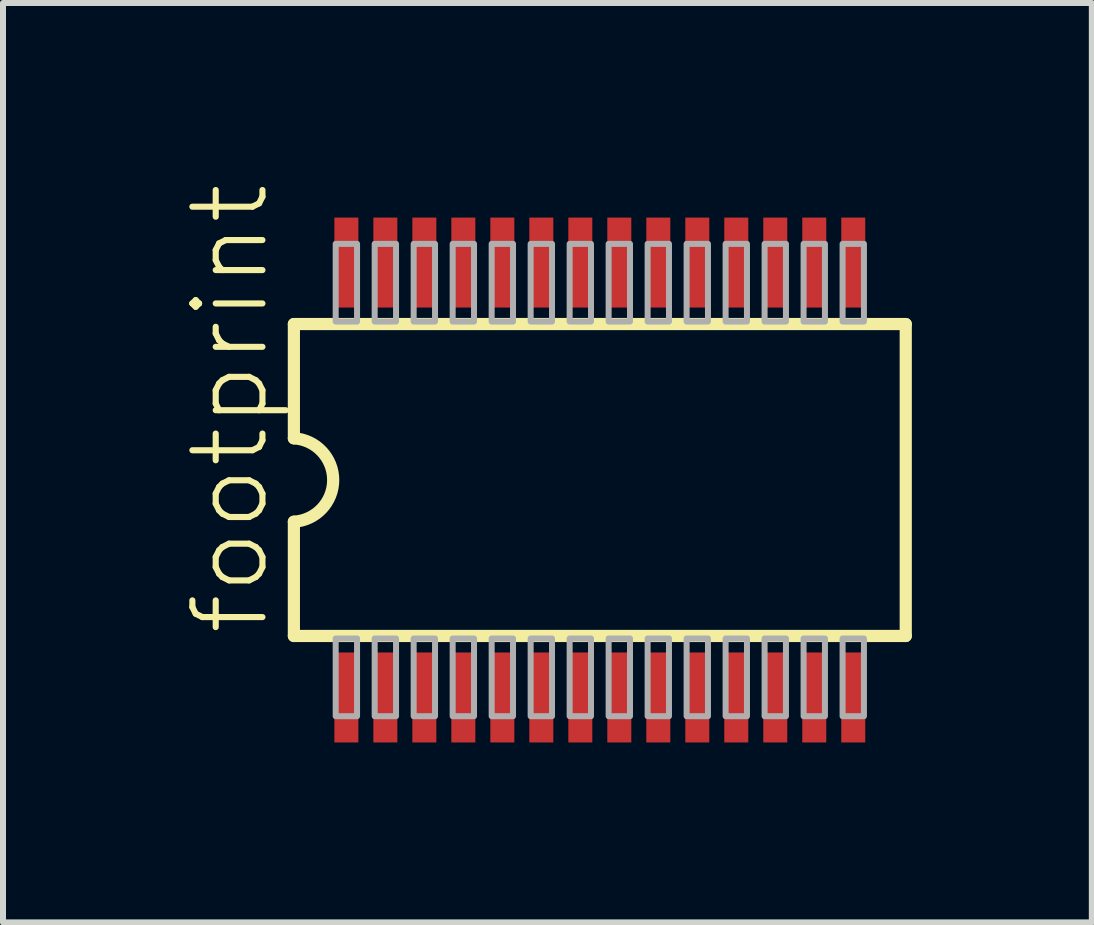
<source format=kicad_pcb>
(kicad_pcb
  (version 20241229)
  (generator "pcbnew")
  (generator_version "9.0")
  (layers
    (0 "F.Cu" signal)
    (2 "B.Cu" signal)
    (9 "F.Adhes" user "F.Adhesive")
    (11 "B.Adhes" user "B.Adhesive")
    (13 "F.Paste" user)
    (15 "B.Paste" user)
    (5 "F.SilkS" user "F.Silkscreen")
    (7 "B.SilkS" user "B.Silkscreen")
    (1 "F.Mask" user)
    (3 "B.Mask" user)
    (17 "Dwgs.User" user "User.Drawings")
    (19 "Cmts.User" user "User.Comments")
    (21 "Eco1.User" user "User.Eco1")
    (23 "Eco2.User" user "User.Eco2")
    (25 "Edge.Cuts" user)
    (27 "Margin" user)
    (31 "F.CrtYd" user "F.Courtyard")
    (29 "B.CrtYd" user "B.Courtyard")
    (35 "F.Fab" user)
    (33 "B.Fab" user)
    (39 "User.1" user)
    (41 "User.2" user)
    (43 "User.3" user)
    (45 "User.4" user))
  (footprint "footprint"
    (layer "F.Cu")
    (at 6.949 4.952)
    (property "Reference" "footprint" (at -5.476 2.63 90) (layer "F.SilkS") (effects (font (size 1.168 1.168) (thickness 0.102)) (justify left bottom)))
    (fp_line (start -5.1 -2.6) (end -5.1 -0.695) (stroke (width 0.203) (type solid)) (layer "F.SilkS"))
    (fp_line (start -5.1 0.695) (end -5.1 2.6) (stroke (width 0.203) (type solid)) (layer "F.SilkS"))
    (fp_line (start -5.1 2.6) (end 5.1 2.6) (stroke (width 0.203) (type solid)) (layer "F.SilkS"))
    (fp_line (start 5.1 -2.6) (end -5.1 -2.6) (stroke (width 0.203) (type solid)) (layer "F.SilkS"))
    (fp_line (start 5.1 2.6) (end 5.1 -2.6) (stroke (width 0.203) (type solid)) (layer "F.SilkS"))
    (fp_arc (start -5.1 -0.695) (mid -4.44498 0) (end -5.1 0.695) (stroke (width 0.2032) (type solid)) (layer "F.SilkS"))
    (fp_poly (pts (xy -4.403 -2.642) (xy -4.047 -2.642) (xy -4.047 -3.937) (xy -4.403 -3.937)) (stroke (width 0.1) (type solid)) (fill no) (layer "F.Fab"))
    (fp_poly (pts (xy -4.403 3.937) (xy -4.047 3.937) (xy -4.047 2.642) (xy -4.403 2.642)) (stroke (width 0.1) (type solid)) (fill no) (layer "F.Fab"))
    (fp_poly (pts (xy -3.753 -2.642) (xy -3.397 -2.642) (xy -3.397 -3.937) (xy -3.753 -3.937)) (stroke (width 0.1) (type solid)) (fill no) (layer "F.Fab"))
    (fp_poly (pts (xy -3.753 3.937) (xy -3.397 3.937) (xy -3.397 2.642) (xy -3.753 2.642)) (stroke (width 0.1) (type solid)) (fill no) (layer "F.Fab"))
    (fp_poly (pts (xy -3.103 -2.642) (xy -2.747 -2.642) (xy -2.747 -3.937) (xy -3.103 -3.937)) (stroke (width 0.1) (type solid)) (fill no) (layer "F.Fab"))
    (fp_poly (pts (xy -3.103 3.937) (xy -2.747 3.937) (xy -2.747 2.642) (xy -3.103 2.642)) (stroke (width 0.1) (type solid)) (fill no) (layer "F.Fab"))
    (fp_poly (pts (xy -2.453 -2.642) (xy -2.097 -2.642) (xy -2.097 -3.937) (xy -2.453 -3.937)) (stroke (width 0.1) (type solid)) (fill no) (layer "F.Fab"))
    (fp_poly (pts (xy -2.453 3.937) (xy -2.097 3.937) (xy -2.097 2.642) (xy -2.453 2.642)) (stroke (width 0.1) (type solid)) (fill no) (layer "F.Fab"))
    (fp_poly (pts (xy -1.803 -2.642) (xy -1.447 -2.642) (xy -1.447 -3.937) (xy -1.803 -3.937)) (stroke (width 0.1) (type solid)) (fill no) (layer "F.Fab"))
    (fp_poly (pts (xy -1.803 3.937) (xy -1.447 3.937) (xy -1.447 2.642) (xy -1.803 2.642)) (stroke (width 0.1) (type solid)) (fill no) (layer "F.Fab"))
    (fp_poly (pts (xy -1.153 -2.642) (xy -0.797 -2.642) (xy -0.797 -3.937) (xy -1.153 -3.937)) (stroke (width 0.1) (type solid)) (fill no) (layer "F.Fab"))
    (fp_poly (pts (xy -1.153 3.937) (xy -0.797 3.937) (xy -0.797 2.642) (xy -1.153 2.642)) (stroke (width 0.1) (type solid)) (fill no) (layer "F.Fab"))
    (fp_poly (pts (xy -0.503 -2.642) (xy -0.147 -2.642) (xy -0.147 -3.937) (xy -0.503 -3.937)) (stroke (width 0.1) (type solid)) (fill no) (layer "F.Fab"))
    (fp_poly (pts (xy -0.503 3.937) (xy -0.147 3.937) (xy -0.147 2.642) (xy -0.503 2.642)) (stroke (width 0.1) (type solid)) (fill no) (layer "F.Fab"))
    (fp_poly (pts (xy 0.147 -2.642) (xy 0.503 -2.642) (xy 0.503 -3.937) (xy 0.147 -3.937)) (stroke (width 0.1) (type solid)) (fill no) (layer "F.Fab"))
    (fp_poly (pts (xy 0.147 3.937) (xy 0.503 3.937) (xy 0.503 2.642) (xy 0.147 2.642)) (stroke (width 0.1) (type solid)) (fill no) (layer "F.Fab"))
    (fp_poly (pts (xy 0.797 -2.642) (xy 1.153 -2.642) (xy 1.153 -3.937) (xy 0.797 -3.937)) (stroke (width 0.1) (type solid)) (fill no) (layer "F.Fab"))
    (fp_poly (pts (xy 0.797 3.937) (xy 1.153 3.937) (xy 1.153 2.642) (xy 0.797 2.642)) (stroke (width 0.1) (type solid)) (fill no) (layer "F.Fab"))
    (fp_poly (pts (xy 1.447 -2.642) (xy 1.803 -2.642) (xy 1.803 -3.937) (xy 1.447 -3.937)) (stroke (width 0.1) (type solid)) (fill no) (layer "F.Fab"))
    (fp_poly (pts (xy 1.447 3.937) (xy 1.803 3.937) (xy 1.803 2.642) (xy 1.447 2.642)) (stroke (width 0.1) (type solid)) (fill no) (layer "F.Fab"))
    (fp_poly (pts (xy 2.097 -2.642) (xy 2.453 -2.642) (xy 2.453 -3.937) (xy 2.097 -3.937)) (stroke (width 0.1) (type solid)) (fill no) (layer "F.Fab"))
    (fp_poly (pts (xy 2.097 3.937) (xy 2.453 3.937) (xy 2.453 2.642) (xy 2.097 2.642)) (stroke (width 0.1) (type solid)) (fill no) (layer "F.Fab"))
    (fp_poly (pts (xy 2.747 -2.642) (xy 3.103 -2.642) (xy 3.103 -3.937) (xy 2.747 -3.937)) (stroke (width 0.1) (type solid)) (fill no) (layer "F.Fab"))
    (fp_poly (pts (xy 2.747 3.937) (xy 3.103 3.937) (xy 3.103 2.642) (xy 2.747 2.642)) (stroke (width 0.1) (type solid)) (fill no) (layer "F.Fab"))
    (fp_poly (pts (xy 3.397 -2.642) (xy 3.753 -2.642) (xy 3.753 -3.937) (xy 3.397 -3.937)) (stroke (width 0.1) (type solid)) (fill no) (layer "F.Fab"))
    (fp_poly (pts (xy 3.397 3.937) (xy 3.753 3.937) (xy 3.753 2.642) (xy 3.397 2.642)) (stroke (width 0.1) (type solid)) (fill no) (layer "F.Fab"))
    (fp_poly (pts (xy 4.047 -2.642) (xy 4.403 -2.642) (xy 4.403 -3.937) (xy 4.047 -3.937)) (stroke (width 0.1) (type solid)) (fill no) (layer "F.Fab"))
    (fp_poly (pts (xy 4.047 3.937) (xy 4.403 3.937) (xy 4.403 2.642) (xy 4.047 2.642)) (stroke (width 0.1) (type solid)) (fill no) (layer "F.Fab"))
    (pad "1" smd rect (at -4.225 3.625) (size 0.4 1.5) (layers "F.Cu" "F.Mask" "F.Paste"))
    (pad "2" smd rect (at -3.575 3.625) (size 0.4 1.5) (layers "F.Cu" "F.Mask" "F.Paste"))
    (pad "3" smd rect (at -2.925 3.625) (size 0.4 1.5) (layers "F.Cu" "F.Mask" "F.Paste"))
    (pad "4" smd rect (at -2.275 3.625) (size 0.4 1.5) (layers "F.Cu" "F.Mask" "F.Paste"))
    (pad "5" smd rect (at -1.625 3.625) (size 0.4 1.5) (layers "F.Cu" "F.Mask" "F.Paste"))
    (pad "6" smd rect (at -0.975 3.625) (size 0.4 1.5) (layers "F.Cu" "F.Mask" "F.Paste"))
    (pad "7" smd rect (at -0.325 3.625) (size 0.4 1.5) (layers "F.Cu" "F.Mask" "F.Paste"))
    (pad "8" smd rect (at 0.325 3.625) (size 0.4 1.5) (layers "F.Cu" "F.Mask" "F.Paste"))
    (pad "9" smd rect (at 0.975 3.625) (size 0.4 1.5) (layers "F.Cu" "F.Mask" "F.Paste"))
    (pad "10" smd rect (at 1.625 3.625) (size 0.4 1.5) (layers "F.Cu" "F.Mask" "F.Paste"))
    (pad "11" smd rect (at 2.275 3.625) (size 0.4 1.5) (layers "F.Cu" "F.Mask" "F.Paste"))
    (pad "12" smd rect (at 2.925 3.625) (size 0.4 1.5) (layers "F.Cu" "F.Mask" "F.Paste"))
    (pad "13" smd rect (at 3.575 3.625) (size 0.4 1.5) (layers "F.Cu" "F.Mask" "F.Paste"))
    (pad "14" smd rect (at 4.225 3.625) (size 0.4 1.5) (layers "F.Cu" "F.Mask" "F.Paste"))
    (pad "15" smd rect (at 4.225 -3.625) (size 0.4 1.5) (layers "F.Cu" "F.Mask" "F.Paste"))
    (pad "16" smd rect (at 3.575 -3.625) (size 0.4 1.5) (layers "F.Cu" "F.Mask" "F.Paste"))
    (pad "17" smd rect (at 2.925 -3.625) (size 0.4 1.5) (layers "F.Cu" "F.Mask" "F.Paste"))
    (pad "18" smd rect (at 2.275 -3.625) (size 0.4 1.5) (layers "F.Cu" "F.Mask" "F.Paste"))
    (pad "19" smd rect (at 1.625 -3.625) (size 0.4 1.5) (layers "F.Cu" "F.Mask" "F.Paste"))
    (pad "20" smd rect (at 0.975 -3.625) (size 0.4 1.5) (layers "F.Cu" "F.Mask" "F.Paste"))
    (pad "21" smd rect (at 0.325 -3.625) (size 0.4 1.5) (layers "F.Cu" "F.Mask" "F.Paste"))
    (pad "22" smd rect (at -0.325 -3.625) (size 0.4 1.5) (layers "F.Cu" "F.Mask" "F.Paste"))
    (pad "23" smd rect (at -0.975 -3.625) (size 0.4 1.5) (layers "F.Cu" "F.Mask" "F.Paste"))
    (pad "24" smd rect (at -1.625 -3.625) (size 0.4 1.5) (layers "F.Cu" "F.Mask" "F.Paste"))
    (pad "25" smd rect (at -2.275 -3.625) (size 0.4 1.5) (layers "F.Cu" "F.Mask" "F.Paste"))
    (pad "26" smd rect (at -2.925 -3.625) (size 0.4 1.5) (layers "F.Cu" "F.Mask" "F.Paste"))
    (pad "27" smd rect (at -3.575 -3.625) (size 0.4 1.5) (layers "F.Cu" "F.Mask" "F.Paste"))
    (pad "28" smd rect (at -4.225 -3.625) (size 0.4 1.5) (layers "F.Cu" "F.Mask" "F.Paste")))
  (gr_rect
    (start -3 -3)
    (end 15.151 12.327)
    (stroke (width 0.1) (type default))
    (fill no)
    (layer "Edge.Cuts")))
</source>
